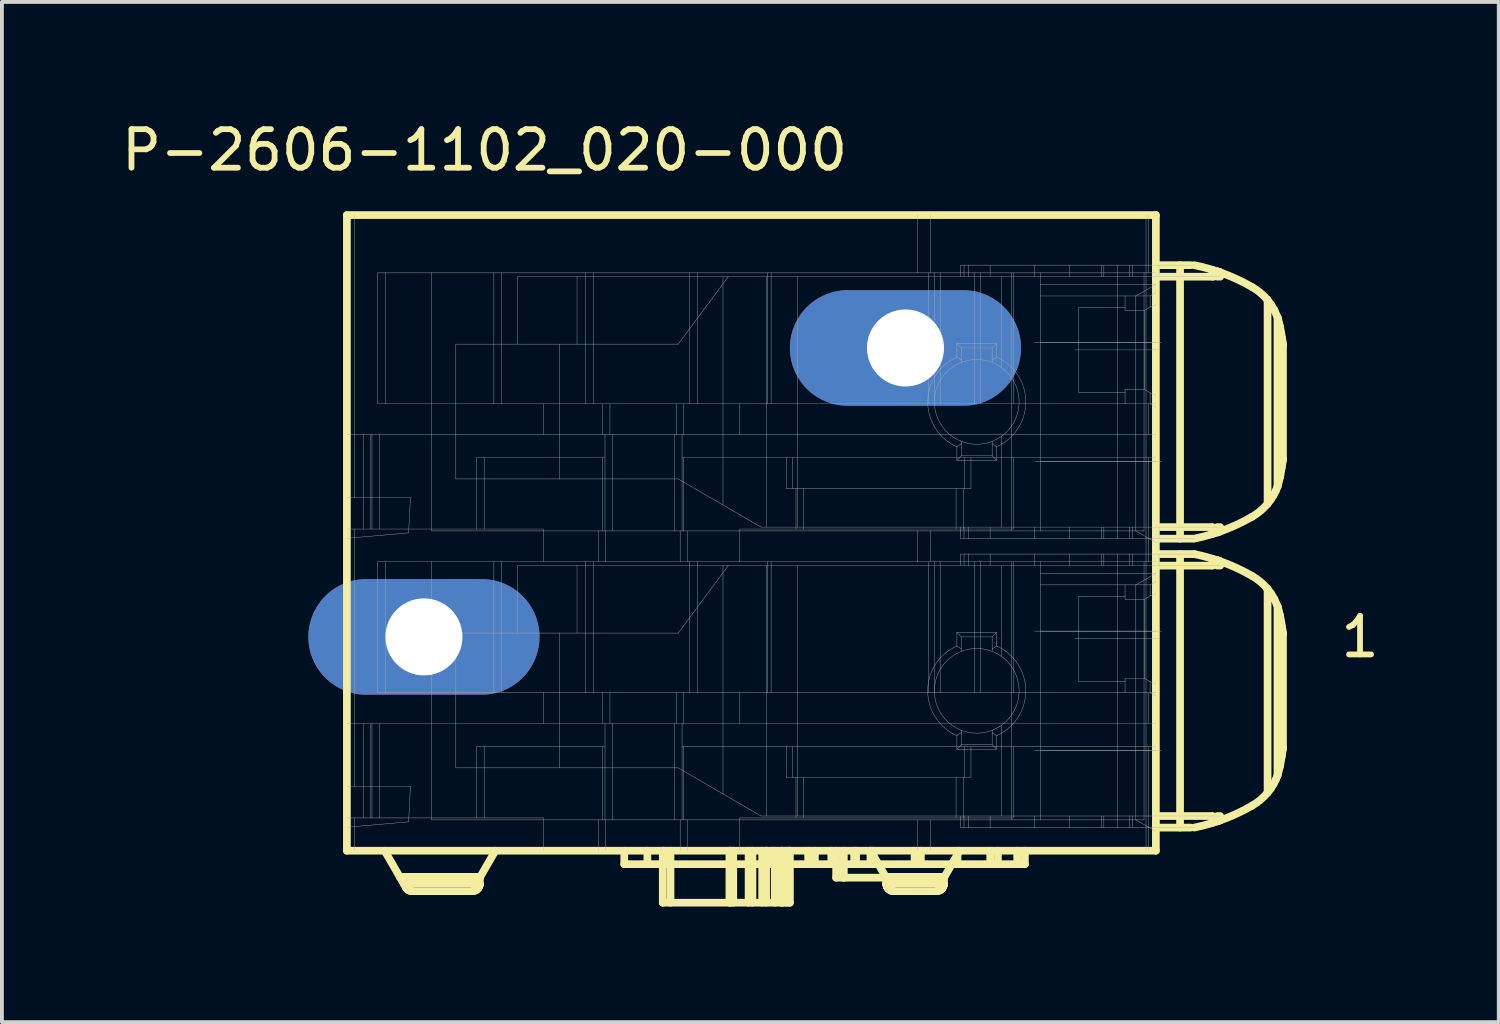
<source format=kicad_pcb>
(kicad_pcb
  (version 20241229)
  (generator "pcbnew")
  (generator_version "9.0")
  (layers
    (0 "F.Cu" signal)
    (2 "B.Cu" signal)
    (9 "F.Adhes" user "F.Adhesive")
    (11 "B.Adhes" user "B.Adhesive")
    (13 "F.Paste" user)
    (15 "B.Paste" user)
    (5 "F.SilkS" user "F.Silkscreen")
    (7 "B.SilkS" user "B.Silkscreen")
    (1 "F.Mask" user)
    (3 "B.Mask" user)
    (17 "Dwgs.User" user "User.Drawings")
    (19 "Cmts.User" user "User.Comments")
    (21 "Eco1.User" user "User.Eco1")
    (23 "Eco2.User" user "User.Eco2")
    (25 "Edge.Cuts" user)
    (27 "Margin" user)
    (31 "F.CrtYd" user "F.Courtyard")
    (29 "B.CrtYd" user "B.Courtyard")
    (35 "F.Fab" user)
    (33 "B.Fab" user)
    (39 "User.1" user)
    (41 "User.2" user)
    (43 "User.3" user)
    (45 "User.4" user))
  (footprint "P-2606-1102_020-000"
    (layer "F.Cu")
    (at 18.105 11.458)
    (property "Reference" "P-2606-1102_020-000" (at -8.575 -10.61 0) (layer "F.SilkS") (effects (font (size 1 1) (thickness 0.15))))
    (attr through_hole)
    (fp_line (start -12.15 7.575) (end -12.15 -8.925) (stroke (width 0.2) (type solid)) (layer "F.SilkS"))
    (fp_line (start -10.778 8.254) (end -11.17 7.575) (stroke (width 0.2) (type solid)) (layer "F.SilkS"))
    (fp_line (start -10.621 8.525) (end -10.778 8.254) (stroke (width 0.2) (type solid)) (layer "F.SilkS"))
    (fp_line (start -10.612 8.54) (end -10.621 8.525) (stroke (width 0.2) (type solid)) (layer "F.SilkS"))
    (fp_line (start -10.601 8.554) (end -10.612 8.54) (stroke (width 0.2) (type solid)) (layer "F.SilkS"))
    (fp_line (start -10.59 8.566) (end -10.601 8.554) (stroke (width 0.2) (type solid)) (layer "F.SilkS"))
    (fp_line (start -10.577 8.578) (end -10.59 8.566) (stroke (width 0.2) (type solid)) (layer "F.SilkS"))
    (fp_line (start -10.563 8.589) (end -10.577 8.578) (stroke (width 0.2) (type solid)) (layer "F.SilkS"))
    (fp_line (start -10.548 8.598) (end -10.563 8.589) (stroke (width 0.2) (type solid)) (layer "F.SilkS"))
    (fp_line (start -10.533 8.606) (end -10.548 8.598) (stroke (width 0.2) (type solid)) (layer "F.SilkS"))
    (fp_line (start -10.517 8.613) (end -10.533 8.606) (stroke (width 0.2) (type solid)) (layer "F.SilkS"))
    (fp_line (start -10.5 8.618) (end -10.517 8.613) (stroke (width 0.2) (type solid)) (layer "F.SilkS"))
    (fp_line (start -10.483 8.622) (end -10.5 8.618) (stroke (width 0.2) (type solid)) (layer "F.SilkS"))
    (fp_line (start -10.466 8.624) (end -10.483 8.622) (stroke (width 0.2) (type solid)) (layer "F.SilkS"))
    (fp_line (start -10.448 8.625) (end -10.466 8.624) (stroke (width 0.2) (type solid)) (layer "F.SilkS"))
    (fp_line (start -8.9 8.625) (end -10.448 8.625) (stroke (width 0.2) (type solid)) (layer "F.SilkS"))
    (fp_line (start -8.883 8.624) (end -8.9 8.625) (stroke (width 0.2) (type solid)) (layer "F.SilkS"))
    (fp_line (start -8.865 8.622) (end -8.883 8.624) (stroke (width 0.2) (type solid)) (layer "F.SilkS"))
    (fp_line (start -8.848 8.618) (end -8.865 8.622) (stroke (width 0.2) (type solid)) (layer "F.SilkS"))
    (fp_line (start -8.832 8.613) (end -8.848 8.618) (stroke (width 0.2) (type solid)) (layer "F.SilkS"))
    (fp_line (start -8.815 8.606) (end -8.832 8.613) (stroke (width 0.2) (type solid)) (layer "F.SilkS"))
    (fp_line (start -8.8 8.598) (end -8.815 8.606) (stroke (width 0.2) (type solid)) (layer "F.SilkS"))
    (fp_line (start -8.785 8.589) (end -8.8 8.598) (stroke (width 0.2) (type solid)) (layer "F.SilkS"))
    (fp_line (start -8.771 8.578) (end -8.785 8.589) (stroke (width 0.2) (type solid)) (layer "F.SilkS"))
    (fp_line (start -8.759 8.566) (end -8.771 8.578) (stroke (width 0.2) (type solid)) (layer "F.SilkS"))
    (fp_line (start -8.747 8.554) (end -8.759 8.566) (stroke (width 0.2) (type solid)) (layer "F.SilkS"))
    (fp_line (start -8.736 8.54) (end -8.747 8.554) (stroke (width 0.2) (type solid)) (layer "F.SilkS"))
    (fp_line (start -8.727 8.525) (end -8.736 8.54) (stroke (width 0.2) (type solid)) (layer "F.SilkS"))
    (fp_line (start -8.719 8.51) (end -8.727 8.525) (stroke (width 0.2) (type solid)) (layer "F.SilkS"))
    (fp_line (start -8.712 8.493) (end -8.719 8.51) (stroke (width 0.2) (type solid)) (layer "F.SilkS"))
    (fp_line (start -8.707 8.477) (end -8.712 8.493) (stroke (width 0.2) (type solid)) (layer "F.SilkS"))
    (fp_line (start -8.703 8.46) (end -8.707 8.477) (stroke (width 0.2) (type solid)) (layer "F.SilkS"))
    (fp_line (start -8.701 8.442) (end -8.703 8.46) (stroke (width 0.2) (type solid)) (layer "F.SilkS"))
    (fp_line (start -8.7 8.275) (end -8.296 7.575) (stroke (width 0.2) (type solid)) (layer "F.SilkS"))
    (fp_line (start -8.7 8.425) (end -10.679 8.425) (stroke (width 0.2) (type solid)) (layer "F.SilkS"))
    (fp_line (start -8.7 8.425) (end -8.701 8.442) (stroke (width 0.2) (type solid)) (layer "F.SilkS"))
    (fp_line (start -8.7 8.425) (end -8.7 8.275) (stroke (width 0.2) (type solid)) (layer "F.SilkS"))
    (fp_line (start -8.688 8.254) (end -10.778 8.254) (stroke (width 0.2) (type solid)) (layer "F.SilkS"))
    (fp_line (start -4.95 7.925) (end -4.95 7.575) (stroke (width 0.2) (type solid)) (layer "F.SilkS"))
    (fp_line (start -4.35 7.925) (end -4.35 7.575) (stroke (width 0.2) (type solid)) (layer "F.SilkS"))
    (fp_line (start -3.95 8.925) (end -3.95 7.575) (stroke (width 0.2) (type solid)) (layer "F.SilkS"))
    (fp_line (start -3.932 7.925) (end -3.932 7.575) (stroke (width 0.2) (type solid)) (layer "F.SilkS"))
    (fp_line (start -3.75 8.925) (end -3.75 7.575) (stroke (width 0.2) (type solid)) (layer "F.SilkS"))
    (fp_line (start -2.22 7.575) (end -2.22 8.925) (stroke (width 0.2) (type solid)) (layer "F.SilkS"))
    (fp_line (start -2.193 8.925) (end -2.193 7.575) (stroke (width 0.2) (type solid)) (layer "F.SilkS"))
    (fp_line (start -2.12 8.925) (end -2.12 7.575) (stroke (width 0.2) (type solid)) (layer "F.SilkS"))
    (fp_line (start -1.722 8.925) (end -1.722 7.575) (stroke (width 0.2) (type solid)) (layer "F.SilkS"))
    (fp_line (start -1.622 8.925) (end -1.622 7.575) (stroke (width 0.2) (type solid)) (layer "F.SilkS"))
    (fp_line (start -1.369 8.925) (end -1.369 7.575) (stroke (width 0.2) (type solid)) (layer "F.SilkS"))
    (fp_line (start -1.268 8.925) (end -1.268 7.575) (stroke (width 0.2) (type solid)) (layer "F.SilkS"))
    (fp_line (start -1.25 7.925) (end -1.25 7.575) (stroke (width 0.2) (type solid)) (layer "F.SilkS"))
    (fp_line (start -1.113 7.925) (end -1.113 7.575) (stroke (width 0.2) (type solid)) (layer "F.SilkS"))
    (fp_line (start -1.044 8.925) (end -1.044 7.575) (stroke (width 0.2) (type solid)) (layer "F.SilkS"))
    (fp_line (start -0.871 8.925) (end -0.871 7.575) (stroke (width 0.2) (type solid)) (layer "F.SilkS"))
    (fp_line (start -0.85 8.925) (end -3.95 8.925) (stroke (width 0.2) (type solid)) (layer "F.SilkS"))
    (fp_line (start -0.85 8.925) (end -0.85 7.575) (stroke (width 0.2) (type solid)) (layer "F.SilkS"))
    (fp_line (start -0.75 8.925) (end -0.75 7.575) (stroke (width 0.2) (type solid)) (layer "F.SilkS"))
    (fp_line (start -0.689 7.925) (end -0.689 7.575) (stroke (width 0.2) (type solid)) (layer "F.SilkS"))
    (fp_line (start -0.677 8.925) (end -0.677 7.575) (stroke (width 0.2) (type solid)) (layer "F.SilkS"))
    (fp_line (start -0.65 8.925) (end -0.85 8.925) (stroke (width 0.2) (type solid)) (layer "F.SilkS"))
    (fp_line (start -0.65 8.925) (end -0.65 7.575) (stroke (width 0.2) (type solid)) (layer "F.SilkS"))
    (fp_line (start -0.176 7.575) (end -0.176 7.925) (stroke (width 0.2) (type solid)) (layer "F.SilkS"))
    (fp_line (start -0.001 7.925) (end -0.001 7.575) (stroke (width 0.2) (type solid)) (layer "F.SilkS"))
    (fp_line (start 0.424 7.925) (end 0.424 7.575) (stroke (width 0.2) (type solid)) (layer "F.SilkS"))
    (fp_line (start 0.55 8.275) (end 0.55 7.575) (stroke (width 0.2) (type solid)) (layer "F.SilkS"))
    (fp_line (start 0.75 8.275) (end 0.55 8.275) (stroke (width 0.2) (type solid)) (layer "F.SilkS"))
    (fp_line (start 0.75 8.275) (end 0.75 7.575) (stroke (width 0.2) (type solid)) (layer "F.SilkS"))
    (fp_line (start 1.018 7.925) (end 1.018 7.575) (stroke (width 0.2) (type solid)) (layer "F.SilkS"))
    (fp_line (start 1.068 7.925) (end 1.068 7.575) (stroke (width 0.2) (type solid)) (layer "F.SilkS"))
    (fp_line (start 1.44 7.925) (end 1.44 7.575) (stroke (width 0.2) (type solid)) (layer "F.SilkS"))
    (fp_line (start 1.446 7.575) (end 1.648 7.925) (stroke (width 0.2) (type solid)) (layer "F.SilkS"))
    (fp_line (start 1.513 7.925) (end 1.513 7.575) (stroke (width 0.2) (type solid)) (layer "F.SilkS"))
    (fp_line (start 1.648 7.925) (end 1.85 8.275) (stroke (width 0.2) (type solid)) (layer "F.SilkS"))
    (fp_line (start 1.85 8.275) (end 0.75 8.275) (stroke (width 0.2) (type solid)) (layer "F.SilkS"))
    (fp_line (start 1.85 8.275) (end 1.85 8.425) (stroke (width 0.2) (type solid)) (layer "F.SilkS"))
    (fp_line (start 1.851 8.442) (end 1.85 8.425) (stroke (width 0.2) (type solid)) (layer "F.SilkS"))
    (fp_line (start 1.853 8.46) (end 1.851 8.442) (stroke (width 0.2) (type solid)) (layer "F.SilkS"))
    (fp_line (start 1.857 8.477) (end 1.853 8.46) (stroke (width 0.2) (type solid)) (layer "F.SilkS"))
    (fp_line (start 1.862 8.493) (end 1.857 8.477) (stroke (width 0.2) (type solid)) (layer "F.SilkS"))
    (fp_line (start 1.869 8.51) (end 1.862 8.493) (stroke (width 0.2) (type solid)) (layer "F.SilkS"))
    (fp_line (start 1.877 8.525) (end 1.869 8.51) (stroke (width 0.2) (type solid)) (layer "F.SilkS"))
    (fp_line (start 1.886 8.54) (end 1.877 8.525) (stroke (width 0.2) (type solid)) (layer "F.SilkS"))
    (fp_line (start 1.897 8.554) (end 1.886 8.54) (stroke (width 0.2) (type solid)) (layer "F.SilkS"))
    (fp_line (start 1.909 8.566) (end 1.897 8.554) (stroke (width 0.2) (type solid)) (layer "F.SilkS"))
    (fp_line (start 1.921 8.578) (end 1.909 8.566) (stroke (width 0.2) (type solid)) (layer "F.SilkS"))
    (fp_line (start 1.935 8.589) (end 1.921 8.578) (stroke (width 0.2) (type solid)) (layer "F.SilkS"))
    (fp_line (start 1.95 8.598) (end 1.935 8.589) (stroke (width 0.2) (type solid)) (layer "F.SilkS"))
    (fp_line (start 1.965 8.606) (end 1.95 8.598) (stroke (width 0.2) (type solid)) (layer "F.SilkS"))
    (fp_line (start 1.982 8.613) (end 1.965 8.606) (stroke (width 0.2) (type solid)) (layer "F.SilkS"))
    (fp_line (start 1.998 8.618) (end 1.982 8.613) (stroke (width 0.2) (type solid)) (layer "F.SilkS"))
    (fp_line (start 2.015 8.622) (end 1.998 8.618) (stroke (width 0.2) (type solid)) (layer "F.SilkS"))
    (fp_line (start 2.033 8.624) (end 2.015 8.622) (stroke (width 0.2) (type solid)) (layer "F.SilkS"))
    (fp_line (start 2.05 8.625) (end 2.033 8.624) (stroke (width 0.2) (type solid)) (layer "F.SilkS"))
    (fp_line (start 2.587 7.925) (end 2.587 7.575) (stroke (width 0.2) (type solid)) (layer "F.SilkS"))
    (fp_line (start 2.75 7.925) (end -4.95 7.925) (stroke (width 0.2) (type solid)) (layer "F.SilkS"))
    (fp_line (start 2.75 7.925) (end 2.75 7.575) (stroke (width 0.2) (type solid)) (layer "F.SilkS"))
    (fp_line (start 3.15 8.625) (end 2.05 8.625) (stroke (width 0.2) (type solid)) (layer "F.SilkS"))
    (fp_line (start 3.167 8.624) (end 3.15 8.625) (stroke (width 0.2) (type solid)) (layer "F.SilkS"))
    (fp_line (start 3.185 8.622) (end 3.167 8.624) (stroke (width 0.2) (type solid)) (layer "F.SilkS"))
    (fp_line (start 3.202 8.618) (end 3.185 8.622) (stroke (width 0.2) (type solid)) (layer "F.SilkS"))
    (fp_line (start 3.218 8.613) (end 3.202 8.618) (stroke (width 0.2) (type solid)) (layer "F.SilkS"))
    (fp_line (start 3.235 8.606) (end 3.218 8.613) (stroke (width 0.2) (type solid)) (layer "F.SilkS"))
    (fp_line (start 3.25 8.598) (end 3.235 8.606) (stroke (width 0.2) (type solid)) (layer "F.SilkS"))
    (fp_line (start 3.265 8.589) (end 3.25 8.598) (stroke (width 0.2) (type solid)) (layer "F.SilkS"))
    (fp_line (start 3.279 8.578) (end 3.265 8.589) (stroke (width 0.2) (type solid)) (layer "F.SilkS"))
    (fp_line (start 3.291 8.566) (end 3.279 8.578) (stroke (width 0.2) (type solid)) (layer "F.SilkS"))
    (fp_line (start 3.303 8.554) (end 3.291 8.566) (stroke (width 0.2) (type solid)) (layer "F.SilkS"))
    (fp_line (start 3.314 8.54) (end 3.303 8.554) (stroke (width 0.2) (type solid)) (layer "F.SilkS"))
    (fp_line (start 3.323 8.525) (end 3.314 8.54) (stroke (width 0.2) (type solid)) (layer "F.SilkS"))
    (fp_line (start 3.331 8.51) (end 3.323 8.525) (stroke (width 0.2) (type solid)) (layer "F.SilkS"))
    (fp_line (start 3.338 8.493) (end 3.331 8.51) (stroke (width 0.2) (type solid)) (layer "F.SilkS"))
    (fp_line (start 3.343 8.477) (end 3.338 8.493) (stroke (width 0.2) (type solid)) (layer "F.SilkS"))
    (fp_line (start 3.347 8.46) (end 3.343 8.477) (stroke (width 0.2) (type solid)) (layer "F.SilkS"))
    (fp_line (start 3.349 8.442) (end 3.347 8.46) (stroke (width 0.2) (type solid)) (layer "F.SilkS"))
    (fp_line (start 3.35 8.275) (end 3.552 7.925) (stroke (width 0.2) (type solid)) (layer "F.SilkS"))
    (fp_line (start 3.35 8.425) (end 1.85 8.425) (stroke (width 0.2) (type solid)) (layer "F.SilkS"))
    (fp_line (start 3.35 8.425) (end 3.349 8.442) (stroke (width 0.2) (type solid)) (layer "F.SilkS"))
    (fp_line (start 3.35 8.425) (end 3.35 8.275) (stroke (width 0.2) (type solid)) (layer "F.SilkS"))
    (fp_line (start 3.362 8.254) (end 1.838 8.254) (stroke (width 0.2) (type solid)) (layer "F.SilkS"))
    (fp_line (start 3.552 7.925) (end 3.754 7.575) (stroke (width 0.2) (type solid)) (layer "F.SilkS"))
    (fp_line (start 3.7 7.925) (end 3.7 7.575) (stroke (width 0.2) (type solid)) (layer "F.SilkS"))
    (fp_line (start 4.55 7.925) (end 4.55 7.575) (stroke (width 0.2) (type solid)) (layer "F.SilkS"))
    (fp_line (start 4.75 7.925) (end 4.75 7.575) (stroke (width 0.2) (type solid)) (layer "F.SilkS"))
    (fp_line (start 5.25 7.925) (end 2.75 7.925) (stroke (width 0.2) (type solid)) (layer "F.SilkS"))
    (fp_line (start 5.25 7.925) (end 5.25 7.575) (stroke (width 0.2) (type solid)) (layer "F.SilkS"))
    (fp_line (start 5.45 7.925) (end 5.25 7.925) (stroke (width 0.2) (type solid)) (layer "F.SilkS"))
    (fp_line (start 5.45 7.925) (end 5.45 7.575) (stroke (width 0.2) (type solid)) (layer "F.SilkS"))
    (fp_line (start 8.85 -8.925) (end -12.15 -8.925) (stroke (width 0.2) (type solid)) (layer "F.SilkS"))
    (fp_line (start 8.85 -7.625) (end 8.85 -8.925) (stroke (width 0.2) (type solid)) (layer "F.SilkS"))
    (fp_line (start 8.85 -7.625) (end 9.75 -7.625) (stroke (width 0.2) (type solid)) (layer "F.SilkS"))
    (fp_line (start 8.85 7.575) (end -12.15 7.575) (stroke (width 0.2) (type solid)) (layer "F.SilkS"))
    (fp_line (start 8.85 7.575) (end 8.85 -7.625) (stroke (width 0.2) (type solid)) (layer "F.SilkS"))
    (fp_line (start 8.9 -0.825) (end 10.3 -0.825) (stroke (width 0.2) (type solid)) (layer "F.SilkS"))
    (fp_line (start 8.9 -0.125) (end 9.85 -0.125) (stroke (width 0.2) (type solid)) (layer "F.SilkS"))
    (fp_line (start 8.9 0.175) (end 10.3 0.175) (stroke (width 0.2) (type solid)) (layer "F.SilkS"))
    (fp_line (start 8.9 6.675) (end 10.3 6.675) (stroke (width 0.2) (type solid)) (layer "F.SilkS"))
    (fp_line (start 8.932 6.975) (end 8.932 6.675) (stroke (width 0.01) (type solid)) (layer "F.SilkS"))
    (fp_line (start 8.95 -7.325) (end 10.35 -7.325) (stroke (width 0.2) (type solid)) (layer "F.SilkS"))
    (fp_line (start 8.95 -0.525) (end 9.8 -0.525) (stroke (width 0.2) (type solid)) (layer "F.SilkS"))
    (fp_line (start 8.95 6.975) (end 9.75 6.975) (stroke (width 0.2) (type solid)) (layer "F.SilkS"))
    (fp_line (start 9.478 -0.525) (end 9.478 -7.625) (stroke (width 0.2) (type solid)) (layer "F.SilkS"))
    (fp_line (start 9.478 6.975) (end 9.478 -0.125) (stroke (width 0.2) (type solid)) (layer "F.SilkS"))
    (fp_line (start 10.319 -7.325) (end 10.319 -7.504) (stroke (width 0.2) (type solid)) (layer "F.SilkS"))
    (fp_line (start 10.319 -0.646) (end 10.319 -0.825) (stroke (width 0.2) (type solid)) (layer "F.SilkS"))
    (fp_line (start 10.319 0.175) (end 10.319 -0.004) (stroke (width 0.2) (type solid)) (layer "F.SilkS"))
    (fp_line (start 10.319 6.854) (end 10.319 6.675) (stroke (width 0.2) (type solid)) (layer "F.SilkS"))
    (fp_line (start 10.447 -7.325) (end 10.447 -7.463) (stroke (width 0.2) (type solid)) (layer "F.SilkS"))
    (fp_line (start 10.447 -0.687) (end 10.447 -0.825) (stroke (width 0.2) (type solid)) (layer "F.SilkS"))
    (fp_line (start 10.447 -0.687) (end 10.519 -0.712) (stroke (width 0.2) (type solid)) (layer "F.SilkS"))
    (fp_line (start 10.447 0.175) (end 10.447 0.037) (stroke (width 0.2) (type solid)) (layer "F.SilkS"))
    (fp_line (start 10.447 6.813) (end 10.447 6.675) (stroke (width 0.2) (type solid)) (layer "F.SilkS"))
    (fp_line (start 10.447 6.813) (end 10.519 6.788) (stroke (width 0.2) (type solid)) (layer "F.SilkS"))
    (fp_line (start 10.519 -7.438) (end 10.447 -7.463) (stroke (width 0.2) (type solid)) (layer "F.SilkS"))
    (fp_line (start 10.519 -7.438) (end 10.519 -7.439) (stroke (width 0.2) (type solid)) (layer "F.SilkS"))
    (fp_line (start 10.519 -7.325) (end 10.519 -7.438) (stroke (width 0.2) (type solid)) (layer "F.SilkS"))
    (fp_line (start 10.519 -0.711) (end 10.519 -0.825) (stroke (width 0.2) (type solid)) (layer "F.SilkS"))
    (fp_line (start 10.519 0.062) (end 10.447 0.037) (stroke (width 0.2) (type solid)) (layer "F.SilkS"))
    (fp_line (start 10.519 0.062) (end 10.519 0.061) (stroke (width 0.2) (type solid)) (layer "F.SilkS"))
    (fp_line (start 10.519 0.175) (end 10.519 0.062) (stroke (width 0.2) (type solid)) (layer "F.SilkS"))
    (fp_line (start 10.519 6.789) (end 10.519 6.675) (stroke (width 0.2) (type solid)) (layer "F.SilkS"))
    (fp_line (start 11.75 -6.719) (end 11.845 -6.593) (stroke (width 0.2) (type solid)) (layer "F.SilkS"))
    (fp_line (start 11.75 -1.431) (end 11.75 -6.719) (stroke (width 0.2) (type solid)) (layer "F.SilkS"))
    (fp_line (start 11.75 0.781) (end 11.845 0.907) (stroke (width 0.2) (type solid)) (layer "F.SilkS"))
    (fp_line (start 11.75 6.069) (end 11.75 0.781) (stroke (width 0.2) (type solid)) (layer "F.SilkS"))
    (fp_line (start 11.832 -1.538) (end 11.75 -1.431) (stroke (width 0.2) (type solid)) (layer "F.SilkS"))
    (fp_line (start 11.832 5.962) (end 11.75 6.069) (stroke (width 0.2) (type solid)) (layer "F.SilkS"))
    (fp_line (start 11.845 -6.593) (end 11.927 -6.455) (stroke (width 0.2) (type solid)) (layer "F.SilkS"))
    (fp_line (start 11.845 0.907) (end 11.927 1.045) (stroke (width 0.2) (type solid)) (layer "F.SilkS"))
    (fp_line (start 11.902 -1.648) (end 11.832 -1.538) (stroke (width 0.2) (type solid)) (layer "F.SilkS"))
    (fp_line (start 11.902 5.852) (end 11.832 5.962) (stroke (width 0.2) (type solid)) (layer "F.SilkS"))
    (fp_line (start 11.927 -6.455) (end 12.018 -6.246) (stroke (width 0.2) (type solid)) (layer "F.SilkS"))
    (fp_line (start 11.927 1.045) (end 12.018 1.254) (stroke (width 0.2) (type solid)) (layer "F.SilkS"))
    (fp_line (start 11.962 -1.765) (end 11.902 -1.648) (stroke (width 0.2) (type solid)) (layer "F.SilkS"))
    (fp_line (start 11.962 5.735) (end 11.902 5.852) (stroke (width 0.2) (type solid)) (layer "F.SilkS"))
    (fp_line (start 12.007 -1.874) (end 12.007 -6.276) (stroke (width 0.2) (type solid)) (layer "F.SilkS"))
    (fp_line (start 12.007 5.626) (end 12.007 1.224) (stroke (width 0.2) (type solid)) (layer "F.SilkS"))
    (fp_line (start 12.011 -1.885) (end 11.962 -1.765) (stroke (width 0.2) (type solid)) (layer "F.SilkS"))
    (fp_line (start 12.011 5.615) (end 11.962 5.735) (stroke (width 0.2) (type solid)) (layer "F.SilkS"))
    (fp_line (start 12.018 -6.246) (end 12.076 -6.021) (stroke (width 0.2) (type solid)) (layer "F.SilkS"))
    (fp_line (start 12.018 1.254) (end 12.076 1.479) (stroke (width 0.2) (type solid)) (layer "F.SilkS"))
    (fp_line (start 12.076 -6.021) (end 12.105 -5.855) (stroke (width 0.2) (type solid)) (layer "F.SilkS"))
    (fp_line (start 12.076 -2.129) (end 12.011 -1.885) (stroke (width 0.2) (type solid)) (layer "F.SilkS"))
    (fp_line (start 12.076 1.479) (end 12.105 1.645) (stroke (width 0.2) (type solid)) (layer "F.SilkS"))
    (fp_line (start 12.076 5.371) (end 12.011 5.615) (stroke (width 0.2) (type solid)) (layer "F.SilkS"))
    (fp_line (start 12.105 -5.855) (end 12.123 -5.743) (stroke (width 0.2) (type solid)) (layer "F.SilkS"))
    (fp_line (start 12.105 1.645) (end 12.123 1.757) (stroke (width 0.2) (type solid)) (layer "F.SilkS"))
    (fp_line (start 12.117 -2.372) (end 12.076 -2.129) (stroke (width 0.2) (type solid)) (layer "F.SilkS"))
    (fp_line (start 12.117 5.128) (end 12.076 5.371) (stroke (width 0.2) (type solid)) (layer "F.SilkS"))
    (fp_line (start 12.123 -5.743) (end 12.134 -5.669) (stroke (width 0.2) (type solid)) (layer "F.SilkS"))
    (fp_line (start 12.123 1.757) (end 12.134 1.831) (stroke (width 0.2) (type solid)) (layer "F.SilkS"))
    (fp_line (start 12.131 -2.46) (end 12.117 -2.372) (stroke (width 0.2) (type solid)) (layer "F.SilkS"))
    (fp_line (start 12.131 5.04) (end 12.117 5.128) (stroke (width 0.2) (type solid)) (layer "F.SilkS"))
    (fp_line (start 12.134 -5.669) (end 12.143 -5.605) (stroke (width 0.2) (type solid)) (layer "F.SilkS"))
    (fp_line (start 12.134 1.831) (end 12.143 1.895) (stroke (width 0.2) (type solid)) (layer "F.SilkS"))
    (fp_line (start 12.142 -2.54) (end 12.131 -2.46) (stroke (width 0.2) (type solid)) (layer "F.SilkS"))
    (fp_line (start 12.142 4.96) (end 12.131 5.04) (stroke (width 0.2) (type solid)) (layer "F.SilkS"))
    (fp_line (start 12.143 -5.605) (end 12.147 -5.576) (stroke (width 0.2) (type solid)) (layer "F.SilkS"))
    (fp_line (start 12.143 1.895) (end 12.147 1.924) (stroke (width 0.2) (type solid)) (layer "F.SilkS"))
    (fp_line (start 12.147 -5.576) (end 12.149 -5.56) (stroke (width 0.2) (type solid)) (layer "F.SilkS"))
    (fp_line (start 12.147 1.924) (end 12.149 1.94) (stroke (width 0.2) (type solid)) (layer "F.SilkS"))
    (fp_line (start 12.148 -2.578) (end 12.142 -2.54) (stroke (width 0.2) (type solid)) (layer "F.SilkS"))
    (fp_line (start 12.148 4.922) (end 12.142 4.96) (stroke (width 0.2) (type solid)) (layer "F.SilkS"))
    (fp_line (start 12.149 -5.56) (end 12.15 -5.555) (stroke (width 0.2) (type solid)) (layer "F.SilkS"))
    (fp_line (start 12.149 1.94) (end 12.15 1.945) (stroke (width 0.2) (type solid)) (layer "F.SilkS"))
    (fp_line (start 12.149 -2.591) (end 12.148 -2.578) (stroke (width 0.2) (type solid)) (layer "F.SilkS"))
    (fp_line (start 12.149 4.909) (end 12.148 4.922) (stroke (width 0.2) (type solid)) (layer "F.SilkS"))
    (fp_line (start 12.15 -5.555) (end 12.15 -5.555) (stroke (width 0.2) (type solid)) (layer "F.SilkS"))
    (fp_line (start 12.15 -2.595) (end 12.149 -2.591) (stroke (width 0.2) (type solid)) (layer "F.SilkS"))
    (fp_line (start 12.15 -2.595) (end 12.15 -5.555) (stroke (width 0.2) (type solid)) (layer "F.SilkS"))
    (fp_line (start 12.15 1.945) (end 12.15 1.945) (stroke (width 0.2) (type solid)) (layer "F.SilkS"))
    (fp_line (start 12.15 4.905) (end 12.149 4.909) (stroke (width 0.2) (type solid)) (layer "F.SilkS"))
    (fp_line (start 12.15 4.905) (end 12.15 1.945) (stroke (width 0.2) (type solid)) (layer "F.SilkS"))
    (fp_arc (start 9.84499 -7.625) (mid 10.620627 -7.400986) (end 11.3501 -7.05506) (stroke (width 0.2) (type solid)) (layer "F.SilkS"))
    (fp_arc (start 9.84499 -0.125) (mid 10.620627 0.099014) (end 11.3501 0.444941) (stroke (width 0.2) (type solid)) (layer "F.SilkS"))
    (fp_arc (start 11.3501 -7.05506) (mid 11.564778 -6.904671) (end 11.75 -6.71921) (stroke (width 0.2) (type solid)) (layer "F.SilkS"))
    (fp_arc (start 11.3501 -1.09494) (mid 10.620627 -0.749014) (end 9.84499 -0.525) (stroke (width 0.2) (type solid)) (layer "F.SilkS"))
    (fp_arc (start 11.3501 0.444941) (mid 11.564778 0.59533) (end 11.75 0.780791) (stroke (width 0.2) (type solid)) (layer "F.SilkS"))
    (fp_arc (start 11.3501 6.40506) (mid 10.620627 6.750986) (end 9.84499 6.975) (stroke (width 0.2) (type solid)) (layer "F.SilkS"))
    (fp_arc (start 11.75 -1.43079) (mid 11.564778 -1.245329) (end 11.3501 -1.09494) (stroke (width 0.2) (type solid)) (layer "F.SilkS"))
    (fp_arc (start 11.75 6.06921) (mid 11.564778 6.254671) (end 11.3501 6.40506) (stroke (width 0.2) (type solid)) (layer "F.SilkS"))
    (fp_line (start -11.95 -1.595) (end -12.15 -1.595) (stroke (width 0.01) (type solid)) (layer "F.Fab"))
    (fp_line (start -11.95 -1.595) (end -11.95 -8.925) (stroke (width 0.01) (type solid)) (layer "F.Fab"))
    (fp_line (start -11.95 -0.775) (end -12.15 -0.775) (stroke (width 0.01) (type solid)) (layer "F.Fab"))
    (fp_line (start -11.95 5.905) (end -12.15 5.905) (stroke (width 0.01) (type solid)) (layer "F.Fab"))
    (fp_line (start -11.95 5.905) (end -11.95 -0.775) (stroke (width 0.01) (type solid)) (layer "F.Fab"))
    (fp_line (start -11.95 6.725) (end -12.15 6.725) (stroke (width 0.01) (type solid)) (layer "F.Fab"))
    (fp_line (start -11.95 7.575) (end -11.95 6.725) (stroke (width 0.01) (type solid)) (layer "F.Fab"))
    (fp_line (start -11.728 -3.225) (end -12.15 -3.225) (stroke (width 0.01) (type solid)) (layer "F.Fab"))
    (fp_line (start -11.728 -0.775) (end -11.95 -0.775) (stroke (width 0.01) (type solid)) (layer "F.Fab"))
    (fp_line (start -11.728 -0.775) (end -11.728 -3.225) (stroke (width 0.01) (type solid)) (layer "F.Fab"))
    (fp_line (start -11.728 4.275) (end -12.15 4.275) (stroke (width 0.01) (type solid)) (layer "F.Fab"))
    (fp_line (start -11.728 6.725) (end -11.728 4.275) (stroke (width 0.01) (type solid)) (layer "F.Fab"))
    (fp_line (start -11.528 -0.775) (end -11.528 -3.225) (stroke (width 0.01) (type solid)) (layer "F.Fab"))
    (fp_line (start -11.528 6.725) (end -11.528 4.275) (stroke (width 0.01) (type solid)) (layer "F.Fab"))
    (fp_line (start -11.499 -0.775) (end -11.499 -3.225) (stroke (width 0.01) (type solid)) (layer "F.Fab"))
    (fp_line (start -11.499 6.725) (end -11.499 4.275) (stroke (width 0.01) (type solid)) (layer "F.Fab"))
    (fp_line (start -11.35 -4.025) (end -11.35 -7.425) (stroke (width 0.01) (type solid)) (layer "F.Fab"))
    (fp_line (start -11.35 3.475) (end -11.35 0.075) (stroke (width 0.01) (type solid)) (layer "F.Fab"))
    (fp_line (start -11.3 -0.775) (end -11.3 -3.225) (stroke (width 0.01) (type solid)) (layer "F.Fab"))
    (fp_line (start -11.3 6.725) (end -11.3 4.275) (stroke (width 0.01) (type solid)) (layer "F.Fab"))
    (fp_line (start -11.15 -7.425) (end -11.35 -7.425) (stroke (width 0.01) (type solid)) (layer "F.Fab"))
    (fp_line (start -11.15 -4.025) (end -11.35 -4.025) (stroke (width 0.01) (type solid)) (layer "F.Fab"))
    (fp_line (start -11.15 -4.025) (end -11.15 -7.425) (stroke (width 0.01) (type solid)) (layer "F.Fab"))
    (fp_line (start -11.15 0.075) (end -11.35 0.075) (stroke (width 0.01) (type solid)) (layer "F.Fab"))
    (fp_line (start -11.15 3.475) (end -11.15 0.075) (stroke (width 0.01) (type solid)) (layer "F.Fab"))
    (fp_line (start -10.75 1.275) (end -10.75 2.775) (stroke (width 0.01) (type solid)) (layer "F.Fab"))
    (fp_line (start -10.75 2.775) (end -9.55 2.775) (stroke (width 0.01) (type solid)) (layer "F.Fab"))
    (fp_line (start -10.548 -0.675) (end -12.15 -0.535) (stroke (width 0.01) (type solid)) (layer "F.Fab"))
    (fp_line (start -10.548 -0.675) (end -10.5 -1.595) (stroke (width 0.01) (type solid)) (layer "F.Fab"))
    (fp_line (start -10.548 6.825) (end -12.15 6.965) (stroke (width 0.01) (type solid)) (layer "F.Fab"))
    (fp_line (start -10.548 6.825) (end -10.5 5.905) (stroke (width 0.01) (type solid)) (layer "F.Fab"))
    (fp_line (start -10.5 -1.595) (end -11.95 -1.595) (stroke (width 0.01) (type solid)) (layer "F.Fab"))
    (fp_line (start -10.5 5.905) (end -11.95 5.905) (stroke (width 0.01) (type solid)) (layer "F.Fab"))
    (fp_line (start -9.95 -7.425) (end -11.15 -7.425) (stroke (width 0.01) (type solid)) (layer "F.Fab"))
    (fp_line (start -9.95 -0.725) (end -9.95 -7.425) (stroke (width 0.01) (type solid)) (layer "F.Fab"))
    (fp_line (start -9.95 0.075) (end -11.15 0.075) (stroke (width 0.01) (type solid)) (layer "F.Fab"))
    (fp_line (start -9.95 6.775) (end -9.95 0.075) (stroke (width 0.01) (type solid)) (layer "F.Fab"))
    (fp_line (start -9.55 1.275) (end -10.75 1.275) (stroke (width 0.01) (type solid)) (layer "F.Fab"))
    (fp_line (start -9.55 2.775) (end -9.55 1.275) (stroke (width 0.01) (type solid)) (layer "F.Fab"))
    (fp_line (start -9.322 -2.075) (end -9.322 -5.575) (stroke (width 0.01) (type solid)) (layer "F.Fab"))
    (fp_line (start -9.322 -2.075) (end -6.626 -2.075) (stroke (width 0.01) (type solid)) (layer "F.Fab"))
    (fp_line (start -9.322 5.425) (end -9.322 1.925) (stroke (width 0.01) (type solid)) (layer "F.Fab"))
    (fp_line (start -9.322 5.425) (end -6.626 5.425) (stroke (width 0.01) (type solid)) (layer "F.Fab"))
    (fp_line (start -8.779 -2.625) (end -5.45 -2.625) (stroke (width 0.01) (type solid)) (layer "F.Fab"))
    (fp_line (start -8.779 -0.775) (end -8.779 -2.625) (stroke (width 0.01) (type solid)) (layer "F.Fab"))
    (fp_line (start -8.779 4.875) (end -5.45 4.875) (stroke (width 0.01) (type solid)) (layer "F.Fab"))
    (fp_line (start -8.779 6.725) (end -8.779 4.875) (stroke (width 0.01) (type solid)) (layer "F.Fab"))
    (fp_line (start -8.587 -0.775) (end -8.587 -2.625) (stroke (width 0.01) (type solid)) (layer "F.Fab"))
    (fp_line (start -8.587 6.725) (end -8.587 4.875) (stroke (width 0.01) (type solid)) (layer "F.Fab"))
    (fp_line (start -8.335 -4.025) (end -8.335 -7.425) (stroke (width 0.01) (type solid)) (layer "F.Fab"))
    (fp_line (start -8.335 3.475) (end -8.335 0.075) (stroke (width 0.01) (type solid)) (layer "F.Fab"))
    (fp_line (start -8.137 -4.025) (end -8.137 -7.425) (stroke (width 0.01) (type solid)) (layer "F.Fab"))
    (fp_line (start -8.137 3.475) (end -8.137 0.075) (stroke (width 0.01) (type solid)) (layer "F.Fab"))
    (fp_line (start -7.717 -7.325) (end -7.717 -5.575) (stroke (width 0.01) (type solid)) (layer "F.Fab"))
    (fp_line (start -7.717 0.175) (end -7.717 1.925) (stroke (width 0.01) (type solid)) (layer "F.Fab"))
    (fp_line (start -7.05 -3.225) (end -7.05 -4.025) (stroke (width 0.01) (type solid)) (layer "F.Fab"))
    (fp_line (start -7.05 -0.775) (end -11.728 -0.775) (stroke (width 0.01) (type solid)) (layer "F.Fab"))
    (fp_line (start -7.05 0.075) (end -7.05 -0.775) (stroke (width 0.01) (type solid)) (layer "F.Fab"))
    (fp_line (start -7.05 4.275) (end -7.05 3.475) (stroke (width 0.01) (type solid)) (layer "F.Fab"))
    (fp_line (start -7.05 6.725) (end -11.95 6.725) (stroke (width 0.01) (type solid)) (layer "F.Fab"))
    (fp_line (start -7.05 7.575) (end -7.05 6.725) (stroke (width 0.01) (type solid)) (layer "F.Fab"))
    (fp_line (start -6.626 -5.575) (end -9.322 -5.575) (stroke (width 0.01) (type solid)) (layer "F.Fab"))
    (fp_line (start -6.626 -2.075) (end -6.626 -5.575) (stroke (width 0.01) (type solid)) (layer "F.Fab"))
    (fp_line (start -6.626 -2.075) (end -3.55 -2.075) (stroke (width 0.01) (type solid)) (layer "F.Fab"))
    (fp_line (start -6.626 1.925) (end -9.322 1.925) (stroke (width 0.01) (type solid)) (layer "F.Fab"))
    (fp_line (start -6.626 5.425) (end -6.626 1.925) (stroke (width 0.01) (type solid)) (layer "F.Fab"))
    (fp_line (start -6.626 5.425) (end -3.55 5.425) (stroke (width 0.01) (type solid)) (layer "F.Fab"))
    (fp_line (start -6.176 -7.325) (end -7.717 -7.325) (stroke (width 0.01) (type solid)) (layer "F.Fab"))
    (fp_line (start -6.176 -7.325) (end -6.176 -5.575) (stroke (width 0.01) (type solid)) (layer "F.Fab"))
    (fp_line (start -6.176 -5.575) (end -6.626 -5.575) (stroke (width 0.01) (type solid)) (layer "F.Fab"))
    (fp_line (start -6.176 0.175) (end -7.717 0.175) (stroke (width 0.01) (type solid)) (layer "F.Fab"))
    (fp_line (start -6.176 0.175) (end -6.176 1.925) (stroke (width 0.01) (type solid)) (layer "F.Fab"))
    (fp_line (start -6.176 1.925) (end -6.626 1.925) (stroke (width 0.01) (type solid)) (layer "F.Fab"))
    (fp_line (start -5.95 -4.025) (end -11.15 -4.025) (stroke (width 0.01) (type solid)) (layer "F.Fab"))
    (fp_line (start -5.95 -4.025) (end -5.95 -7.425) (stroke (width 0.01) (type solid)) (layer "F.Fab"))
    (fp_line (start -5.95 3.475) (end -11.35 3.475) (stroke (width 0.01) (type solid)) (layer "F.Fab"))
    (fp_line (start -5.95 3.475) (end -5.95 0.075) (stroke (width 0.01) (type solid)) (layer "F.Fab"))
    (fp_line (start -5.75 -4.025) (end -5.95 -4.025) (stroke (width 0.01) (type solid)) (layer "F.Fab"))
    (fp_line (start -5.75 -4.025) (end -5.75 -7.425) (stroke (width 0.01) (type solid)) (layer "F.Fab"))
    (fp_line (start -5.75 3.475) (end -5.75 0.075) (stroke (width 0.01) (type solid)) (layer "F.Fab"))
    (fp_line (start -5.617 0.075) (end -5.617 -0.725) (stroke (width 0.01) (type solid)) (layer "F.Fab"))
    (fp_line (start -5.617 7.575) (end -5.617 6.775) (stroke (width 0.01) (type solid)) (layer "F.Fab"))
    (fp_line (start -5.513 -3.225) (end -5.513 -4.025) (stroke (width 0.01) (type solid)) (layer "F.Fab"))
    (fp_line (start -5.513 -0.725) (end -5.513 -2.625) (stroke (width 0.01) (type solid)) (layer "F.Fab"))
    (fp_line (start -5.513 4.275) (end -5.513 3.475) (stroke (width 0.01) (type solid)) (layer "F.Fab"))
    (fp_line (start -5.513 6.775) (end -5.513 4.875) (stroke (width 0.01) (type solid)) (layer "F.Fab"))
    (fp_line (start -5.45 -3.225) (end -11.728 -3.225) (stroke (width 0.01) (type solid)) (layer "F.Fab"))
    (fp_line (start -5.45 -0.725) (end -5.45 -3.225) (stroke (width 0.01) (type solid)) (layer "F.Fab"))
    (fp_line (start -5.45 4.275) (end -11.728 4.275) (stroke (width 0.01) (type solid)) (layer "F.Fab"))
    (fp_line (start -5.45 6.775) (end -5.45 4.275) (stroke (width 0.01) (type solid)) (layer "F.Fab"))
    (fp_line (start -5.438 0.075) (end -5.438 -0.725) (stroke (width 0.01) (type solid)) (layer "F.Fab"))
    (fp_line (start -5.438 7.575) (end -5.438 6.775) (stroke (width 0.01) (type solid)) (layer "F.Fab"))
    (fp_line (start -5.321 -3.225) (end -5.321 -4.025) (stroke (width 0.01) (type solid)) (layer "F.Fab"))
    (fp_line (start -5.321 4.275) (end -5.321 3.475) (stroke (width 0.01) (type solid)) (layer "F.Fab"))
    (fp_line (start -5.25 -3.225) (end -5.45 -3.225) (stroke (width 0.01) (type solid)) (layer "F.Fab"))
    (fp_line (start -5.25 -0.725) (end -5.25 -3.225) (stroke (width 0.01) (type solid)) (layer "F.Fab"))
    (fp_line (start -5.25 4.275) (end -5.45 4.275) (stroke (width 0.01) (type solid)) (layer "F.Fab"))
    (fp_line (start -5.25 6.775) (end -5.25 4.275) (stroke (width 0.01) (type solid)) (layer "F.Fab"))
    (fp_line (start -3.65 -3.225) (end -5.25 -3.225) (stroke (width 0.01) (type solid)) (layer "F.Fab"))
    (fp_line (start -3.65 -0.725) (end -3.65 -3.225) (stroke (width 0.01) (type solid)) (layer "F.Fab"))
    (fp_line (start -3.65 4.275) (end -5.25 4.275) (stroke (width 0.01) (type solid)) (layer "F.Fab"))
    (fp_line (start -3.65 6.775) (end -3.65 4.275) (stroke (width 0.01) (type solid)) (layer "F.Fab"))
    (fp_line (start -3.602 -3.225) (end -3.602 -4.025) (stroke (width 0.01) (type solid)) (layer "F.Fab"))
    (fp_line (start -3.602 4.275) (end -3.602 3.475) (stroke (width 0.01) (type solid)) (layer "F.Fab"))
    (fp_line (start -3.55 -5.575) (end -6.176 -5.575) (stroke (width 0.01) (type solid)) (layer "F.Fab"))
    (fp_line (start -3.55 -2.075) (end -1.4 -0.825) (stroke (width 0.01) (type solid)) (layer "F.Fab"))
    (fp_line (start -3.55 1.925) (end -6.176 1.925) (stroke (width 0.01) (type solid)) (layer "F.Fab"))
    (fp_line (start -3.55 5.425) (end -1.4 6.675) (stroke (width 0.01) (type solid)) (layer "F.Fab"))
    (fp_line (start -3.499 0.075) (end -3.499 -0.725) (stroke (width 0.01) (type solid)) (layer "F.Fab"))
    (fp_line (start -3.499 7.575) (end -3.499 6.775) (stroke (width 0.01) (type solid)) (layer "F.Fab"))
    (fp_line (start -3.45 -3.225) (end -3.65 -3.225) (stroke (width 0.01) (type solid)) (layer "F.Fab"))
    (fp_line (start -3.45 -2.625) (end 8.85 -2.625) (stroke (width 0.01) (type solid)) (layer "F.Fab"))
    (fp_line (start -3.45 -0.725) (end -3.45 -3.225) (stroke (width 0.01) (type solid)) (layer "F.Fab"))
    (fp_line (start -3.45 4.275) (end -3.65 4.275) (stroke (width 0.01) (type solid)) (layer "F.Fab"))
    (fp_line (start -3.45 4.875) (end 8.85 4.875) (stroke (width 0.01) (type solid)) (layer "F.Fab"))
    (fp_line (start -3.45 6.775) (end -3.45 4.275) (stroke (width 0.01) (type solid)) (layer "F.Fab"))
    (fp_line (start -3.408 -3.225) (end -3.408 -4.025) (stroke (width 0.01) (type solid)) (layer "F.Fab"))
    (fp_line (start -3.408 -0.725) (end -3.408 -2.625) (stroke (width 0.01) (type solid)) (layer "F.Fab"))
    (fp_line (start -3.408 4.275) (end -3.408 3.475) (stroke (width 0.01) (type solid)) (layer "F.Fab"))
    (fp_line (start -3.408 6.775) (end -3.408 4.875) (stroke (width 0.01) (type solid)) (layer "F.Fab"))
    (fp_line (start -3.317 0.075) (end -3.317 -0.725) (stroke (width 0.01) (type solid)) (layer "F.Fab"))
    (fp_line (start -3.317 7.575) (end -3.317 6.775) (stroke (width 0.01) (type solid)) (layer "F.Fab"))
    (fp_line (start -3.25 -4.025) (end -5.75 -4.025) (stroke (width 0.01) (type solid)) (layer "F.Fab"))
    (fp_line (start -3.25 -4.025) (end -3.25 -7.425) (stroke (width 0.01) (type solid)) (layer "F.Fab"))
    (fp_line (start -3.25 3.475) (end -3.25 0.075) (stroke (width 0.01) (type solid)) (layer "F.Fab"))
    (fp_line (start -3.05 -4.025) (end -3.25 -4.025) (stroke (width 0.01) (type solid)) (layer "F.Fab"))
    (fp_line (start -3.05 -4.025) (end -3.05 -7.425) (stroke (width 0.01) (type solid)) (layer "F.Fab"))
    (fp_line (start -3.05 3.475) (end -3.05 0.075) (stroke (width 0.01) (type solid)) (layer "F.Fab"))
    (fp_line (start -2.387 -7.325) (end -6.176 -7.325) (stroke (width 0.01) (type solid)) (layer "F.Fab"))
    (fp_line (start -2.387 -7.325) (end -2.387 -1.399) (stroke (width 0.01) (type solid)) (layer "F.Fab"))
    (fp_line (start -2.387 0.175) (end -6.176 0.175) (stroke (width 0.01) (type solid)) (layer "F.Fab"))
    (fp_line (start -2.387 0.175) (end -2.387 6.101) (stroke (width 0.01) (type solid)) (layer "F.Fab"))
    (fp_line (start -2.25 -7.325) (end -3.55 -5.575) (stroke (width 0.01) (type solid)) (layer "F.Fab"))
    (fp_line (start -2.25 -7.325) (end -2.387 -7.325) (stroke (width 0.01) (type solid)) (layer "F.Fab"))
    (fp_line (start -2.25 0.175) (end -3.55 1.925) (stroke (width 0.01) (type solid)) (layer "F.Fab"))
    (fp_line (start -2.25 0.175) (end -2.387 0.175) (stroke (width 0.01) (type solid)) (layer "F.Fab"))
    (fp_line (start -1.95 -3.225) (end -1.95 -4.025) (stroke (width 0.01) (type solid)) (layer "F.Fab"))
    (fp_line (start -1.95 -0.775) (end -0.492 -0.775) (stroke (width 0.01) (type solid)) (layer "F.Fab"))
    (fp_line (start -1.95 0.075) (end -1.95 -0.775) (stroke (width 0.01) (type solid)) (layer "F.Fab"))
    (fp_line (start -1.95 4.275) (end -1.95 3.475) (stroke (width 0.01) (type solid)) (layer "F.Fab"))
    (fp_line (start -1.95 6.725) (end -0.492 6.725) (stroke (width 0.01) (type solid)) (layer "F.Fab"))
    (fp_line (start -1.95 7.575) (end -1.95 6.725) (stroke (width 0.01) (type solid)) (layer "F.Fab"))
    (fp_line (start -1.256 -0.825) (end -1.256 -7.325) (stroke (width 0.01) (type solid)) (layer "F.Fab"))
    (fp_line (start -1.256 6.675) (end -1.256 0.175) (stroke (width 0.01) (type solid)) (layer "F.Fab"))
    (fp_line (start -1.235 -4.025) (end -1.235 -7.425) (stroke (width 0.01) (type solid)) (layer "F.Fab"))
    (fp_line (start -1.235 3.475) (end -1.235 0.075) (stroke (width 0.01) (type solid)) (layer "F.Fab"))
    (fp_line (start -1.138 -4.025) (end -1.138 -7.425) (stroke (width 0.01) (type solid)) (layer "F.Fab"))
    (fp_line (start -1.138 3.475) (end -1.138 0.075) (stroke (width 0.01) (type solid)) (layer "F.Fab"))
    (fp_line (start -0.737 -1.825) (end -0.737 -2.625) (stroke (width 0.01) (type solid)) (layer "F.Fab"))
    (fp_line (start -0.737 -1.825) (end -0.492 -1.825) (stroke (width 0.01) (type solid)) (layer "F.Fab"))
    (fp_line (start -0.737 5.675) (end -0.737 4.875) (stroke (width 0.01) (type solid)) (layer "F.Fab"))
    (fp_line (start -0.737 5.675) (end -0.492 5.675) (stroke (width 0.01) (type solid)) (layer "F.Fab"))
    (fp_line (start -0.575 -1.825) (end -0.575 -2.625) (stroke (width 0.01) (type solid)) (layer "F.Fab"))
    (fp_line (start -0.575 5.675) (end -0.575 4.875) (stroke (width 0.01) (type solid)) (layer "F.Fab"))
    (fp_line (start -0.492 -1.825) (end -0.298 -1.825) (stroke (width 0.01) (type solid)) (layer "F.Fab"))
    (fp_line (start -0.492 -0.775) (end -0.492 -1.825) (stroke (width 0.01) (type solid)) (layer "F.Fab"))
    (fp_line (start -0.492 -0.775) (end -0.298 -0.775) (stroke (width 0.01) (type solid)) (layer "F.Fab"))
    (fp_line (start -0.492 5.675) (end -0.298 5.675) (stroke (width 0.01) (type solid)) (layer "F.Fab"))
    (fp_line (start -0.492 6.725) (end -0.492 5.675) (stroke (width 0.01) (type solid)) (layer "F.Fab"))
    (fp_line (start -0.492 6.725) (end -0.298 6.725) (stroke (width 0.01) (type solid)) (layer "F.Fab"))
    (fp_line (start -0.45 -0.825) (end -0.45 -7.325) (stroke (width 0.01) (type solid)) (layer "F.Fab"))
    (fp_line (start -0.45 6.675) (end -0.45 0.175) (stroke (width 0.01) (type solid)) (layer "F.Fab"))
    (fp_line (start -0.298 -1.825) (end 3.663 -1.825) (stroke (width 0.01) (type solid)) (layer "F.Fab"))
    (fp_line (start -0.298 -0.775) (end -0.298 -1.825) (stroke (width 0.01) (type solid)) (layer "F.Fab"))
    (fp_line (start -0.298 -0.775) (end 3.663 -0.775) (stroke (width 0.01) (type solid)) (layer "F.Fab"))
    (fp_line (start -0.298 5.675) (end 3.663 5.675) (stroke (width 0.01) (type solid)) (layer "F.Fab"))
    (fp_line (start -0.298 6.725) (end -0.298 5.675) (stroke (width 0.01) (type solid)) (layer "F.Fab"))
    (fp_line (start -0.298 6.725) (end 3.663 6.725) (stroke (width 0.01) (type solid)) (layer "F.Fab"))
    (fp_line (start 1.75 -6.225) (end 1.75 -4.725) (stroke (width 0.01) (type solid)) (layer "F.Fab"))
    (fp_line (start 1.75 -4.725) (end 2.95 -4.725) (stroke (width 0.01) (type solid)) (layer "F.Fab"))
    (fp_line (start 2.663 -7.425) (end -9.95 -7.425) (stroke (width 0.01) (type solid)) (layer "F.Fab"))
    (fp_line (start 2.663 -7.425) (end 2.663 -8.925) (stroke (width 0.01) (type solid)) (layer "F.Fab"))
    (fp_line (start 2.663 0.075) (end -9.95 0.075) (stroke (width 0.01) (type solid)) (layer "F.Fab"))
    (fp_line (start 2.663 0.075) (end 2.663 -0.725) (stroke (width 0.01) (type solid)) (layer "F.Fab"))
    (fp_line (start 2.663 7.575) (end 2.663 6.775) (stroke (width 0.01) (type solid)) (layer "F.Fab"))
    (fp_line (start 2.95 -6.225) (end 1.75 -6.225) (stroke (width 0.01) (type solid)) (layer "F.Fab"))
    (fp_line (start 2.95 -4.025) (end 2.95 -7.425) (stroke (width 0.01) (type solid)) (layer "F.Fab"))
    (fp_line (start 2.95 3.475) (end 2.95 0.075) (stroke (width 0.01) (type solid)) (layer "F.Fab"))
    (fp_line (start 3.007 -7.425) (end 3.007 -8.925) (stroke (width 0.01) (type solid)) (layer "F.Fab"))
    (fp_line (start 3.007 0.075) (end 3.007 -0.725) (stroke (width 0.01) (type solid)) (layer "F.Fab"))
    (fp_line (start 3.007 7.575) (end 3.007 6.775) (stroke (width 0.01) (type solid)) (layer "F.Fab"))
    (fp_line (start 3.1 -4.025) (end -3.05 -4.025) (stroke (width 0.01) (type solid)) (layer "F.Fab"))
    (fp_line (start 3.1 -4.025) (end 3.1 -7.425) (stroke (width 0.01) (type solid)) (layer "F.Fab"))
    (fp_line (start 3.1 3.475) (end 3.1 0.075) (stroke (width 0.01) (type solid)) (layer "F.Fab"))
    (fp_line (start 3.25 -4.025) (end 3.1 -4.025) (stroke (width 0.01) (type solid)) (layer "F.Fab"))
    (fp_line (start 3.25 -4.025) (end 3.25 -7.425) (stroke (width 0.01) (type solid)) (layer "F.Fab"))
    (fp_line (start 3.25 3.475) (end 3.25 0.075) (stroke (width 0.01) (type solid)) (layer "F.Fab"))
    (fp_line (start 3.663 -1.825) (end 4.05 -1.825) (stroke (width 0.01) (type solid)) (layer "F.Fab"))
    (fp_line (start 3.663 -0.775) (end 3.663 -1.825) (stroke (width 0.01) (type solid)) (layer "F.Fab"))
    (fp_line (start 3.663 -0.775) (end 3.862 -0.775) (stroke (width 0.01) (type solid)) (layer "F.Fab"))
    (fp_line (start 3.663 5.675) (end 4.05 5.675) (stroke (width 0.01) (type solid)) (layer "F.Fab"))
    (fp_line (start 3.663 6.725) (end 3.663 5.675) (stroke (width 0.01) (type solid)) (layer "F.Fab"))
    (fp_line (start 3.663 6.725) (end 5.15 6.725) (stroke (width 0.01) (type solid)) (layer "F.Fab"))
    (fp_line (start 3.685 -5.239) (end 3.685 -5.59) (stroke (width 0.01) (type solid)) (layer "F.Fab"))
    (fp_line (start 3.685 -5.239) (end 3.8 -5.161) (stroke (width 0.01) (type solid)) (layer "F.Fab"))
    (fp_line (start 3.685 -2.56) (end 3.685 -2.911) (stroke (width 0.01) (type solid)) (layer "F.Fab"))
    (fp_line (start 3.685 -2.56) (end 3.8 -2.675) (stroke (width 0.01) (type solid)) (layer "F.Fab"))
    (fp_line (start 3.685 2.261) (end 3.685 1.91) (stroke (width 0.01) (type solid)) (layer "F.Fab"))
    (fp_line (start 3.685 2.261) (end 3.8 2.339) (stroke (width 0.01) (type solid)) (layer "F.Fab"))
    (fp_line (start 3.685 4.94) (end 3.685 4.589) (stroke (width 0.01) (type solid)) (layer "F.Fab"))
    (fp_line (start 3.685 4.94) (end 3.8 4.825) (stroke (width 0.01) (type solid)) (layer "F.Fab"))
    (fp_line (start 3.784 -7.625) (end 3.784 -7.425) (stroke (width 0.01) (type solid)) (layer "F.Fab"))
    (fp_line (start 3.784 -7.425) (end 2.663 -7.425) (stroke (width 0.01) (type solid)) (layer "F.Fab"))
    (fp_line (start 3.784 -7.425) (end 3.784 -7.325) (stroke (width 0.01) (type solid)) (layer "F.Fab"))
    (fp_line (start 3.784 -7.325) (end -2.25 -7.325) (stroke (width 0.01) (type solid)) (layer "F.Fab"))
    (fp_line (start 3.784 -0.825) (end -1.4 -0.825) (stroke (width 0.01) (type solid)) (layer "F.Fab"))
    (fp_line (start 3.784 -0.825) (end 3.784 -0.725) (stroke (width 0.01) (type solid)) (layer "F.Fab"))
    (fp_line (start 3.784 -0.725) (end -9.95 -0.725) (stroke (width 0.01) (type solid)) (layer "F.Fab"))
    (fp_line (start 3.784 -0.725) (end 3.784 -0.525) (stroke (width 0.01) (type solid)) (layer "F.Fab"))
    (fp_line (start 3.784 -0.125) (end 3.784 0.075) (stroke (width 0.01) (type solid)) (layer "F.Fab"))
    (fp_line (start 3.784 0.075) (end 2.663 0.075) (stroke (width 0.01) (type solid)) (layer "F.Fab"))
    (fp_line (start 3.784 0.075) (end 3.784 0.175) (stroke (width 0.01) (type solid)) (layer "F.Fab"))
    (fp_line (start 3.784 0.175) (end -2.25 0.175) (stroke (width 0.01) (type solid)) (layer "F.Fab"))
    (fp_line (start 3.784 6.675) (end -1.4 6.675) (stroke (width 0.01) (type solid)) (layer "F.Fab"))
    (fp_line (start 3.784 6.675) (end 3.784 6.775) (stroke (width 0.01) (type solid)) (layer "F.Fab"))
    (fp_line (start 3.784 6.775) (end -9.95 6.775) (stroke (width 0.01) (type solid)) (layer "F.Fab"))
    (fp_line (start 3.784 6.775) (end 3.784 6.975) (stroke (width 0.01) (type solid)) (layer "F.Fab"))
    (fp_line (start 3.8 -5.475) (end 3.685 -5.59) (stroke (width 0.01) (type solid)) (layer "F.Fab"))
    (fp_line (start 3.8 -5.475) (end 3.8 -5.161) (stroke (width 0.01) (type solid)) (layer "F.Fab"))
    (fp_line (start 3.8 -5.161) (end 3.8 -5.1) (stroke (width 0.01) (type solid)) (layer "F.Fab"))
    (fp_line (start 3.8 -3.05) (end 3.8 -2.989) (stroke (width 0.01) (type solid)) (layer "F.Fab"))
    (fp_line (start 3.8 -2.989) (end 3.685 -2.911) (stroke (width 0.01) (type solid)) (layer "F.Fab"))
    (fp_line (start 3.8 -2.989) (end 3.8 -2.675) (stroke (width 0.01) (type solid)) (layer "F.Fab"))
    (fp_line (start 3.8 2.025) (end 3.685 1.91) (stroke (width 0.01) (type solid)) (layer "F.Fab"))
    (fp_line (start 3.8 2.025) (end 3.8 2.339) (stroke (width 0.01) (type solid)) (layer "F.Fab"))
    (fp_line (start 3.8 2.339) (end 3.8 2.4) (stroke (width 0.01) (type solid)) (layer "F.Fab"))
    (fp_line (start 3.8 4.45) (end 3.8 4.511) (stroke (width 0.01) (type solid)) (layer "F.Fab"))
    (fp_line (start 3.8 4.511) (end 3.685 4.589) (stroke (width 0.01) (type solid)) (layer "F.Fab"))
    (fp_line (start 3.8 4.511) (end 3.8 4.825) (stroke (width 0.01) (type solid)) (layer "F.Fab"))
    (fp_line (start 3.862 -0.775) (end 3.862 -1.825) (stroke (width 0.01) (type solid)) (layer "F.Fab"))
    (fp_line (start 3.862 -0.775) (end 5.15 -0.775) (stroke (width 0.01) (type solid)) (layer "F.Fab"))
    (fp_line (start 3.862 6.725) (end 3.862 5.675) (stroke (width 0.01) (type solid)) (layer "F.Fab"))
    (fp_line (start 3.87 -7.325) (end 3.87 -7.625) (stroke (width 0.01) (type solid)) (layer "F.Fab"))
    (fp_line (start 3.87 -0.825) (end 3.784 -0.825) (stroke (width 0.01) (type solid)) (layer "F.Fab"))
    (fp_line (start 3.87 -0.525) (end 3.87 -0.825) (stroke (width 0.01) (type solid)) (layer "F.Fab"))
    (fp_line (start 3.87 0.175) (end 3.87 -0.125) (stroke (width 0.01) (type solid)) (layer "F.Fab"))
    (fp_line (start 3.87 6.675) (end 3.784 6.675) (stroke (width 0.01) (type solid)) (layer "F.Fab"))
    (fp_line (start 3.87 6.975) (end 3.87 6.675) (stroke (width 0.01) (type solid)) (layer "F.Fab"))
    (fp_line (start 3.881 -1.825) (end 3.881 -2.625) (stroke (width 0.01) (type solid)) (layer "F.Fab"))
    (fp_line (start 3.881 5.675) (end 3.881 4.875) (stroke (width 0.01) (type solid)) (layer "F.Fab"))
    (fp_line (start 3.984 -7.625) (end 3.784 -7.625) (stroke (width 0.01) (type solid)) (layer "F.Fab"))
    (fp_line (start 3.984 -7.325) (end 3.784 -7.325) (stroke (width 0.01) (type solid)) (layer "F.Fab"))
    (fp_line (start 3.984 -7.325) (end 3.984 -7.625) (stroke (width 0.01) (type solid)) (layer "F.Fab"))
    (fp_line (start 3.984 -0.825) (end 3.87 -0.825) (stroke (width 0.01) (type solid)) (layer "F.Fab"))
    (fp_line (start 3.984 -0.525) (end 3.784 -0.525) (stroke (width 0.01) (type solid)) (layer "F.Fab"))
    (fp_line (start 3.984 -0.525) (end 3.984 -0.825) (stroke (width 0.01) (type solid)) (layer "F.Fab"))
    (fp_line (start 3.984 -0.125) (end 3.784 -0.125) (stroke (width 0.01) (type solid)) (layer "F.Fab"))
    (fp_line (start 3.984 0.175) (end 3.784 0.175) (stroke (width 0.01) (type solid)) (layer "F.Fab"))
    (fp_line (start 3.984 0.175) (end 3.984 -0.125) (stroke (width 0.01) (type solid)) (layer "F.Fab"))
    (fp_line (start 3.984 6.675) (end 3.87 6.675) (stroke (width 0.01) (type solid)) (layer "F.Fab"))
    (fp_line (start 3.984 6.975) (end 3.784 6.975) (stroke (width 0.01) (type solid)) (layer "F.Fab"))
    (fp_line (start 3.984 6.975) (end 3.984 6.675) (stroke (width 0.01) (type solid)) (layer "F.Fab"))
    (fp_line (start 4.05 -1.825) (end 4.05 -2.625) (stroke (width 0.01) (type solid)) (layer "F.Fab"))
    (fp_line (start 4.05 5.675) (end 4.05 4.875) (stroke (width 0.01) (type solid)) (layer "F.Fab"))
    (fp_line (start 4.15 -4.025) (end 3.25 -4.025) (stroke (width 0.01) (type solid)) (layer "F.Fab"))
    (fp_line (start 4.15 -4.025) (end 4.15 -7.425) (stroke (width 0.01) (type solid)) (layer "F.Fab"))
    (fp_line (start 4.15 3.475) (end 4.15 0.075) (stroke (width 0.01) (type solid)) (layer "F.Fab"))
    (fp_line (start 4.3 -4.025) (end 4.15 -4.025) (stroke (width 0.01) (type solid)) (layer "F.Fab"))
    (fp_line (start 4.3 -4.025) (end 4.3 -7.425) (stroke (width 0.01) (type solid)) (layer "F.Fab"))
    (fp_line (start 4.3 3.475) (end 4.3 0.075) (stroke (width 0.01) (type solid)) (layer "F.Fab"))
    (fp_line (start 4.547 -7.325) (end 4.547 -7.625) (stroke (width 0.01) (type solid)) (layer "F.Fab"))
    (fp_line (start 4.547 -0.525) (end 4.547 -0.825) (stroke (width 0.01) (type solid)) (layer "F.Fab"))
    (fp_line (start 4.547 0.175) (end 4.547 -0.125) (stroke (width 0.01) (type solid)) (layer "F.Fab"))
    (fp_line (start 4.547 6.975) (end 4.547 6.675) (stroke (width 0.01) (type solid)) (layer "F.Fab"))
    (fp_line (start 4.6 -5.475) (end 3.8 -5.475) (stroke (width 0.01) (type solid)) (layer "F.Fab"))
    (fp_line (start 4.6 -5.161) (end 4.6 -5.475) (stroke (width 0.01) (type solid)) (layer "F.Fab"))
    (fp_line (start 4.6 -5.161) (end 4.715 -5.239) (stroke (width 0.01) (type solid)) (layer "F.Fab"))
    (fp_line (start 4.6 -5.1) (end 4.6 -5.161) (stroke (width 0.01) (type solid)) (layer "F.Fab"))
    (fp_line (start 4.6 -2.989) (end 4.6 -3.05) (stroke (width 0.01) (type solid)) (layer "F.Fab"))
    (fp_line (start 4.6 -2.675) (end 3.8 -2.675) (stroke (width 0.01) (type solid)) (layer "F.Fab"))
    (fp_line (start 4.6 -2.675) (end 4.6 -2.989) (stroke (width 0.01) (type solid)) (layer "F.Fab"))
    (fp_line (start 4.6 -2.675) (end 4.715 -2.56) (stroke (width 0.01) (type solid)) (layer "F.Fab"))
    (fp_line (start 4.6 2.025) (end 3.8 2.025) (stroke (width 0.01) (type solid)) (layer "F.Fab"))
    (fp_line (start 4.6 2.339) (end 4.6 2.025) (stroke (width 0.01) (type solid)) (layer "F.Fab"))
    (fp_line (start 4.6 2.339) (end 4.715 2.261) (stroke (width 0.01) (type solid)) (layer "F.Fab"))
    (fp_line (start 4.6 2.4) (end 4.6 2.339) (stroke (width 0.01) (type solid)) (layer "F.Fab"))
    (fp_line (start 4.6 4.511) (end 4.6 4.45) (stroke (width 0.01) (type solid)) (layer "F.Fab"))
    (fp_line (start 4.6 4.825) (end 3.8 4.825) (stroke (width 0.01) (type solid)) (layer "F.Fab"))
    (fp_line (start 4.6 4.825) (end 4.6 4.511) (stroke (width 0.01) (type solid)) (layer "F.Fab"))
    (fp_line (start 4.6 4.825) (end 4.715 4.94) (stroke (width 0.01) (type solid)) (layer "F.Fab"))
    (fp_line (start 4.715 -5.59) (end 3.685 -5.59) (stroke (width 0.01) (type solid)) (layer "F.Fab"))
    (fp_line (start 4.715 -5.59) (end 4.6 -5.475) (stroke (width 0.01) (type solid)) (layer "F.Fab"))
    (fp_line (start 4.715 -5.239) (end 4.715 -5.59) (stroke (width 0.01) (type solid)) (layer "F.Fab"))
    (fp_line (start 4.715 -2.911) (end 4.6 -2.989) (stroke (width 0.01) (type solid)) (layer "F.Fab"))
    (fp_line (start 4.715 -2.56) (end 3.685 -2.56) (stroke (width 0.01) (type solid)) (layer "F.Fab"))
    (fp_line (start 4.715 -2.56) (end 4.715 -2.911) (stroke (width 0.01) (type solid)) (layer "F.Fab"))
    (fp_line (start 4.715 1.91) (end 3.685 1.91) (stroke (width 0.01) (type solid)) (layer "F.Fab"))
    (fp_line (start 4.715 1.91) (end 4.6 2.025) (stroke (width 0.01) (type solid)) (layer "F.Fab"))
    (fp_line (start 4.715 2.261) (end 4.715 1.91) (stroke (width 0.01) (type solid)) (layer "F.Fab"))
    (fp_line (start 4.715 4.589) (end 4.6 4.511) (stroke (width 0.01) (type solid)) (layer "F.Fab"))
    (fp_line (start 4.715 4.94) (end 3.685 4.94) (stroke (width 0.01) (type solid)) (layer "F.Fab"))
    (fp_line (start 4.715 4.94) (end 4.715 4.589) (stroke (width 0.01) (type solid)) (layer "F.Fab"))
    (fp_line (start 4.851 -4.961) (end 4.851 -7.325) (stroke (width 0.01) (type solid)) (layer "F.Fab"))
    (fp_line (start 4.851 -0.825) (end 4.851 -3.189) (stroke (width 0.01) (type solid)) (layer "F.Fab"))
    (fp_line (start 4.851 2.539) (end 4.851 0.175) (stroke (width 0.01) (type solid)) (layer "F.Fab"))
    (fp_line (start 4.851 6.675) (end 4.851 4.311) (stroke (width 0.01) (type solid)) (layer "F.Fab"))
    (fp_line (start 5.102 -0.725) (end 5.102 -7.425) (stroke (width 0.01) (type solid)) (layer "F.Fab"))
    (fp_line (start 5.102 6.775) (end 5.102 0.075) (stroke (width 0.01) (type solid)) (layer "F.Fab"))
    (fp_line (start 5.15 -4.025) (end 5.15 -7.425) (stroke (width 0.01) (type solid)) (layer "F.Fab"))
    (fp_line (start 5.15 -0.775) (end 5.15 -2.625) (stroke (width 0.01) (type solid)) (layer "F.Fab"))
    (fp_line (start 5.15 3.475) (end 5.15 0.075) (stroke (width 0.01) (type solid)) (layer "F.Fab"))
    (fp_line (start 5.15 6.725) (end 5.15 4.875) (stroke (width 0.01) (type solid)) (layer "F.Fab"))
    (fp_line (start 5.694 -7.325) (end 5.694 -7.625) (stroke (width 0.01) (type solid)) (layer "F.Fab"))
    (fp_line (start 5.694 -0.525) (end 5.694 -0.825) (stroke (width 0.01) (type solid)) (layer "F.Fab"))
    (fp_line (start 5.694 0.175) (end 5.694 -0.125) (stroke (width 0.01) (type solid)) (layer "F.Fab"))
    (fp_line (start 5.694 6.975) (end 5.694 6.675) (stroke (width 0.01) (type solid)) (layer "F.Fab"))
    (fp_line (start 5.7 -5.625) (end 9 -5.625) (stroke (width 0.01) (type solid)) (layer "F.Fab"))
    (fp_line (start 5.7 -2.525) (end 9 -2.525) (stroke (width 0.01) (type solid)) (layer "F.Fab"))
    (fp_line (start 5.7 1.875) (end 9 1.875) (stroke (width 0.01) (type solid)) (layer "F.Fab"))
    (fp_line (start 5.7 4.975) (end 9 4.975) (stroke (width 0.01) (type solid)) (layer "F.Fab"))
    (fp_line (start 5.85 -7.425) (end 5.85 -0.725) (stroke (width 0.01) (type solid)) (layer "F.Fab"))
    (fp_line (start 5.85 -7.125) (end 8.85 -7.125) (stroke (width 0.01) (type solid)) (layer "F.Fab"))
    (fp_line (start 5.85 -5.625) (end 8.85 -5.625) (stroke (width 0.01) (type solid)) (layer "F.Fab"))
    (fp_line (start 5.85 -2.525) (end 8.85 -2.525) (stroke (width 0.01) (type solid)) (layer "F.Fab"))
    (fp_line (start 5.85 0.075) (end 5.85 4.975) (stroke (width 0.01) (type solid)) (layer "F.Fab"))
    (fp_line (start 5.85 0.375) (end 8.85 0.375) (stroke (width 0.01) (type solid)) (layer "F.Fab"))
    (fp_line (start 5.85 1.875) (end 8.85 1.875) (stroke (width 0.01) (type solid)) (layer "F.Fab"))
    (fp_line (start 5.85 4.975) (end 5.85 6.775) (stroke (width 0.01) (type solid)) (layer "F.Fab"))
    (fp_line (start 5.85 4.975) (end 8.85 4.975) (stroke (width 0.01) (type solid)) (layer "F.Fab"))
    (fp_line (start 6.614 -7.325) (end 6.614 -7.625) (stroke (width 0.01) (type solid)) (layer "F.Fab"))
    (fp_line (start 6.614 -0.525) (end 6.614 -0.825) (stroke (width 0.01) (type solid)) (layer "F.Fab"))
    (fp_line (start 6.614 0.175) (end 6.614 -0.125) (stroke (width 0.01) (type solid)) (layer "F.Fab"))
    (fp_line (start 6.614 6.975) (end 6.614 6.675) (stroke (width 0.01) (type solid)) (layer "F.Fab"))
    (fp_line (start 6.75 -5.425) (end 8.95 -5.425) (stroke (width 0.01) (type solid)) (layer "F.Fab"))
    (fp_line (start 6.75 2.075) (end 8.95 2.075) (stroke (width 0.01) (type solid)) (layer "F.Fab"))
    (fp_line (start 6.85 -6.525) (end 6.85 -4.325) (stroke (width 0.01) (type solid)) (layer "F.Fab"))
    (fp_line (start 6.85 -4.325) (end 8.05 -4.325) (stroke (width 0.01) (type solid)) (layer "F.Fab"))
    (fp_line (start 6.85 0.975) (end 6.85 3.175) (stroke (width 0.01) (type solid)) (layer "F.Fab"))
    (fp_line (start 6.85 3.175) (end 8.05 3.175) (stroke (width 0.01) (type solid)) (layer "F.Fab"))
    (fp_line (start 7.432 -7.325) (end 7.432 -7.625) (stroke (width 0.01) (type solid)) (layer "F.Fab"))
    (fp_line (start 7.432 -0.525) (end 7.432 -0.825) (stroke (width 0.01) (type solid)) (layer "F.Fab"))
    (fp_line (start 7.432 0.175) (end 7.432 -0.125) (stroke (width 0.01) (type solid)) (layer "F.Fab"))
    (fp_line (start 7.432 6.975) (end 7.432 6.675) (stroke (width 0.01) (type solid)) (layer "F.Fab"))
    (fp_line (start 7.5 -7.325) (end 7.5 -7.625) (stroke (width 0.01) (type solid)) (layer "F.Fab"))
    (fp_line (start 7.5 -0.525) (end 7.5 -0.825) (stroke (width 0.01) (type solid)) (layer "F.Fab"))
    (fp_line (start 7.5 0.175) (end 7.5 -0.125) (stroke (width 0.01) (type solid)) (layer "F.Fab"))
    (fp_line (start 7.5 6.975) (end 7.5 6.675) (stroke (width 0.01) (type solid)) (layer "F.Fab"))
    (fp_line (start 7.85 -0.525) (end 7.85 -7.625) (stroke (width 0.01) (type solid)) (layer "F.Fab"))
    (fp_line (start 7.85 6.975) (end 7.85 -0.125) (stroke (width 0.01) (type solid)) (layer "F.Fab"))
    (fp_line (start 8.05 -6.825) (end 5.85 -6.825) (stroke (width 0.01) (type solid)) (layer "F.Fab"))
    (fp_line (start 8.05 -6.525) (end 6.85 -6.525) (stroke (width 0.01) (type solid)) (layer "F.Fab"))
    (fp_line (start 8.05 -6.525) (end 8.05 -6.825) (stroke (width 0.01) (type solid)) (layer "F.Fab"))
    (fp_line (start 8.05 -6.45) (end 8.05 -6.525) (stroke (width 0.01) (type solid)) (layer "F.Fab"))
    (fp_line (start 8.05 -6.45) (end 8.556 -6.45) (stroke (width 0.01) (type solid)) (layer "F.Fab"))
    (fp_line (start 8.05 -4.325) (end 8.05 -4.4) (stroke (width 0.01) (type solid)) (layer "F.Fab"))
    (fp_line (start 8.05 -4.025) (end 4.3 -4.025) (stroke (width 0.01) (type solid)) (layer "F.Fab"))
    (fp_line (start 8.05 -4.025) (end 8.05 -4.325) (stroke (width 0.01) (type solid)) (layer "F.Fab"))
    (fp_line (start 8.05 0.675) (end 5.85 0.675) (stroke (width 0.01) (type solid)) (layer "F.Fab"))
    (fp_line (start 8.05 0.975) (end 6.85 0.975) (stroke (width 0.01) (type solid)) (layer "F.Fab"))
    (fp_line (start 8.05 0.975) (end 8.05 0.675) (stroke (width 0.01) (type solid)) (layer "F.Fab"))
    (fp_line (start 8.05 1.05) (end 8.05 0.975) (stroke (width 0.01) (type solid)) (layer "F.Fab"))
    (fp_line (start 8.05 1.05) (end 8.556 1.05) (stroke (width 0.01) (type solid)) (layer "F.Fab"))
    (fp_line (start 8.05 3.175) (end 8.05 3.1) (stroke (width 0.01) (type solid)) (layer "F.Fab"))
    (fp_line (start 8.05 3.475) (end -5.95 3.475) (stroke (width 0.01) (type solid)) (layer "F.Fab"))
    (fp_line (start 8.05 3.475) (end 8.05 3.175) (stroke (width 0.01) (type solid)) (layer "F.Fab"))
    (fp_line (start 8.169 -7.325) (end 8.169 -7.625) (stroke (width 0.01) (type solid)) (layer "F.Fab"))
    (fp_line (start 8.169 -0.525) (end 8.169 -0.825) (stroke (width 0.01) (type solid)) (layer "F.Fab"))
    (fp_line (start 8.169 0.175) (end 8.169 -0.125) (stroke (width 0.01) (type solid)) (layer "F.Fab"))
    (fp_line (start 8.169 6.975) (end 8.169 6.675) (stroke (width 0.01) (type solid)) (layer "F.Fab"))
    (fp_line (start 8.25 -7.325) (end 8.25 -7.625) (stroke (width 0.01) (type solid)) (layer "F.Fab"))
    (fp_line (start 8.25 -0.525) (end 8.25 -0.825) (stroke (width 0.01) (type solid)) (layer "F.Fab"))
    (fp_line (start 8.25 0.175) (end 8.25 -0.125) (stroke (width 0.01) (type solid)) (layer "F.Fab"))
    (fp_line (start 8.25 6.975) (end 8.25 6.675) (stroke (width 0.01) (type solid)) (layer "F.Fab"))
    (fp_line (start 8.33 -6.825) (end 8.05 -6.825) (stroke (width 0.01) (type solid)) (layer "F.Fab"))
    (fp_line (start 8.33 -6.825) (end 8.33 -0.725) (stroke (width 0.01) (type solid)) (layer "F.Fab"))
    (fp_line (start 8.33 -0.725) (end 8.85 -0.425) (stroke (width 0.01) (type solid)) (layer "F.Fab"))
    (fp_line (start 8.33 0.675) (end 8.05 0.675) (stroke (width 0.01) (type solid)) (layer "F.Fab"))
    (fp_line (start 8.33 0.675) (end 8.33 6.775) (stroke (width 0.01) (type solid)) (layer "F.Fab"))
    (fp_line (start 8.33 6.775) (end 8.85 7.075) (stroke (width 0.01) (type solid)) (layer "F.Fab"))
    (fp_line (start 8.543 -7.425) (end 3.784 -7.425) (stroke (width 0.01) (type solid)) (layer "F.Fab"))
    (fp_line (start 8.543 -0.725) (end 3.784 -0.725) (stroke (width 0.01) (type solid)) (layer "F.Fab"))
    (fp_line (start 8.543 -0.725) (end 8.543 -7.425) (stroke (width 0.01) (type solid)) (layer "F.Fab"))
    (fp_line (start 8.543 0.075) (end 3.784 0.075) (stroke (width 0.01) (type solid)) (layer "F.Fab"))
    (fp_line (start 8.543 6.775) (end 3.784 6.775) (stroke (width 0.01) (type solid)) (layer "F.Fab"))
    (fp_line (start 8.543 6.775) (end 8.543 0.075) (stroke (width 0.01) (type solid)) (layer "F.Fab"))
    (fp_line (start 8.556 -6.45) (end 8.556 -4.4) (stroke (width 0.01) (type solid)) (layer "F.Fab"))
    (fp_line (start 8.556 -6.45) (end 8.7 -6.539) (stroke (width 0.01) (type solid)) (layer "F.Fab"))
    (fp_line (start 8.556 -4.4) (end 8.05 -4.4) (stroke (width 0.01) (type solid)) (layer "F.Fab"))
    (fp_line (start 8.556 1.05) (end 8.556 3.1) (stroke (width 0.01) (type solid)) (layer "F.Fab"))
    (fp_line (start 8.556 1.05) (end 8.7 0.961) (stroke (width 0.01) (type solid)) (layer "F.Fab"))
    (fp_line (start 8.556 3.1) (end 8.05 3.1) (stroke (width 0.01) (type solid)) (layer "F.Fab"))
    (fp_line (start 8.594 7.575) (end 8.594 -8.925) (stroke (width 0.01) (type solid)) (layer "F.Fab"))
    (fp_line (start 8.65 -8.925) (end 8.65 -7.425) (stroke (width 0.01) (type solid)) (layer "F.Fab"))
    (fp_line (start 8.65 -3.225) (end 8.65 -4.025) (stroke (width 0.01) (type solid)) (layer "F.Fab"))
    (fp_line (start 8.65 0.075) (end 8.65 -2.625) (stroke (width 0.01) (type solid)) (layer "F.Fab"))
    (fp_line (start 8.65 4.275) (end 8.65 3.475) (stroke (width 0.01) (type solid)) (layer "F.Fab"))
    (fp_line (start 8.65 7.575) (end 8.65 4.875) (stroke (width 0.01) (type solid)) (layer "F.Fab"))
    (fp_line (start 8.7 -6.825) (end 8.33 -6.825) (stroke (width 0.01) (type solid)) (layer "F.Fab"))
    (fp_line (start 8.7 -6.539) (end 8.7 -6.825) (stroke (width 0.01) (type solid)) (layer "F.Fab"))
    (fp_line (start 8.7 -6.539) (end 8.85 -6.598) (stroke (width 0.01) (type solid)) (layer "F.Fab"))
    (fp_line (start 8.7 -4.311) (end 8.556 -4.4) (stroke (width 0.01) (type solid)) (layer "F.Fab"))
    (fp_line (start 8.7 -4.025) (end 8.05 -4.025) (stroke (width 0.01) (type solid)) (layer "F.Fab"))
    (fp_line (start 8.7 -4.025) (end 8.7 -4.311) (stroke (width 0.01) (type solid)) (layer "F.Fab"))
    (fp_line (start 8.7 -4.025) (end 8.85 -3.938) (stroke (width 0.01) (type solid)) (layer "F.Fab"))
    (fp_line (start 8.7 0.675) (end 8.33 0.675) (stroke (width 0.01) (type solid)) (layer "F.Fab"))
    (fp_line (start 8.7 0.961) (end 8.7 0.675) (stroke (width 0.01) (type solid)) (layer "F.Fab"))
    (fp_line (start 8.7 0.961) (end 8.85 0.902) (stroke (width 0.01) (type solid)) (layer "F.Fab"))
    (fp_line (start 8.7 3.189) (end 8.556 3.1) (stroke (width 0.01) (type solid)) (layer "F.Fab"))
    (fp_line (start 8.7 3.475) (end 8.05 3.475) (stroke (width 0.01) (type solid)) (layer "F.Fab"))
    (fp_line (start 8.7 3.475) (end 8.7 3.189) (stroke (width 0.01) (type solid)) (layer "F.Fab"))
    (fp_line (start 8.7 3.475) (end 8.85 3.562) (stroke (width 0.01) (type solid)) (layer "F.Fab"))
    (fp_line (start 8.85 -7.425) (end 8.543 -7.425) (stroke (width 0.01) (type solid)) (layer "F.Fab"))
    (fp_line (start 8.85 -7.125) (end 8.33 -6.825) (stroke (width 0.01) (type solid)) (layer "F.Fab"))
    (fp_line (start 8.85 -6.912) (end 8.7 -6.825) (stroke (width 0.01) (type solid)) (layer "F.Fab"))
    (fp_line (start 8.85 -4.252) (end 8.7 -4.311) (stroke (width 0.01) (type solid)) (layer "F.Fab"))
    (fp_line (start 8.85 -4.025) (end 8.7 -4.025) (stroke (width 0.01) (type solid)) (layer "F.Fab"))
    (fp_line (start 8.85 -3.225) (end -3.45 -3.225) (stroke (width 0.01) (type solid)) (layer "F.Fab"))
    (fp_line (start 8.85 0.075) (end 8.543 0.075) (stroke (width 0.01) (type solid)) (layer "F.Fab"))
    (fp_line (start 8.85 0.375) (end 8.33 0.675) (stroke (width 0.01) (type solid)) (layer "F.Fab"))
    (fp_line (start 8.85 0.588) (end 8.7 0.675) (stroke (width 0.01) (type solid)) (layer "F.Fab"))
    (fp_line (start 8.85 3.248) (end 8.7 3.189) (stroke (width 0.01) (type solid)) (layer "F.Fab"))
    (fp_line (start 8.85 3.475) (end 8.7 3.475) (stroke (width 0.01) (type solid)) (layer "F.Fab"))
    (fp_line (start 8.85 4.275) (end -3.45 4.275) (stroke (width 0.01) (type solid)) (layer "F.Fab"))
    (fp_line (start 8.932 -7.325) (end 8.932 -7.625) (stroke (width 0.01) (type solid)) (layer "F.Fab"))
    (fp_line (start 8.932 -0.525) (end 8.932 -0.825) (stroke (width 0.01) (type solid)) (layer "F.Fab"))
    (fp_line (start 8.932 0.175) (end 8.932 -0.125) (stroke (width 0.01) (type solid)) (layer "F.Fab"))
    (fp_line (start 9.845 -7.625) (end 3.984 -7.625) (stroke (width 0.01) (type solid)) (layer "F.Fab"))
    (fp_line (start 9.845 -0.525) (end 3.984 -0.525) (stroke (width 0.01) (type solid)) (layer "F.Fab"))
    (fp_line (start 9.845 -0.125) (end 3.984 -0.125) (stroke (width 0.01) (type solid)) (layer "F.Fab"))
    (fp_line (start 9.845 6.975) (end 3.984 6.975) (stroke (width 0.01) (type solid)) (layer "F.Fab"))
    (fp_line (start 10.519 -7.325) (end 3.984 -7.325) (stroke (width 0.01) (type solid)) (layer "F.Fab"))
    (fp_line (start 10.519 -0.825) (end 3.984 -0.825) (stroke (width 0.01) (type solid)) (layer "F.Fab"))
    (fp_line (start 10.519 0.175) (end 3.984 0.175) (stroke (width 0.01) (type solid)) (layer "F.Fab"))
    (fp_line (start 10.519 6.675) (end 3.984 6.675) (stroke (width 0.01) (type solid)) (layer "F.Fab"))
    (fp_arc (start 3.68453 -2.91081) (mid 2.926798 -4.075) (end 3.684531 -5.23919) (stroke (width 0.01) (type solid)) (layer "F.Fab"))
    (fp_arc (start 3.68453 4.58919) (mid 2.926798 3.425) (end 3.684531 2.26081) (stroke (width 0.01) (type solid)) (layer "F.Fab"))
    (fp_arc (start 4.71547 -5.23919) (mid 5.473202 -4.075) (end 4.715469 -2.91081) (stroke (width 0.01) (type solid)) (layer "F.Fab"))
    (fp_arc (start 4.71547 2.26081) (mid 5.473202 3.425) (end 4.715469 4.58919) (stroke (width 0.01) (type solid)) (layer "F.Fab"))
    (fp_circle (center 4.2 -4.075) (end 5.3 -4.075) (stroke (width 0.01) (type solid)) (fill no) (layer "F.Fab"))
    (fp_circle (center 4.2 3.425) (end 5.3 3.425) (stroke (width 0.01) (type solid)) (fill no) (layer "F.Fab"))
    (fp_text user "1" (at 14.15 2.025 0) (layer "F.SilkS") (effects (font (size 1 1) (thickness 0.15))))
    (pad "1" thru_hole oval (at -10.15 2.025) (size 6 3) (drill 2) (layers "*.Cu" "*.Mask"))
    (pad "2" thru_hole oval (at 2.35 -5.475) (size 6 3) (drill 2) (layers "*.Cu" "*.Mask")))
  (gr_rect
    (start -3 -3)
    (end 35.856 23.483)
    (stroke (width 0.1) (type default))
    (fill no)
    (layer "Edge.Cuts")))
</source>
